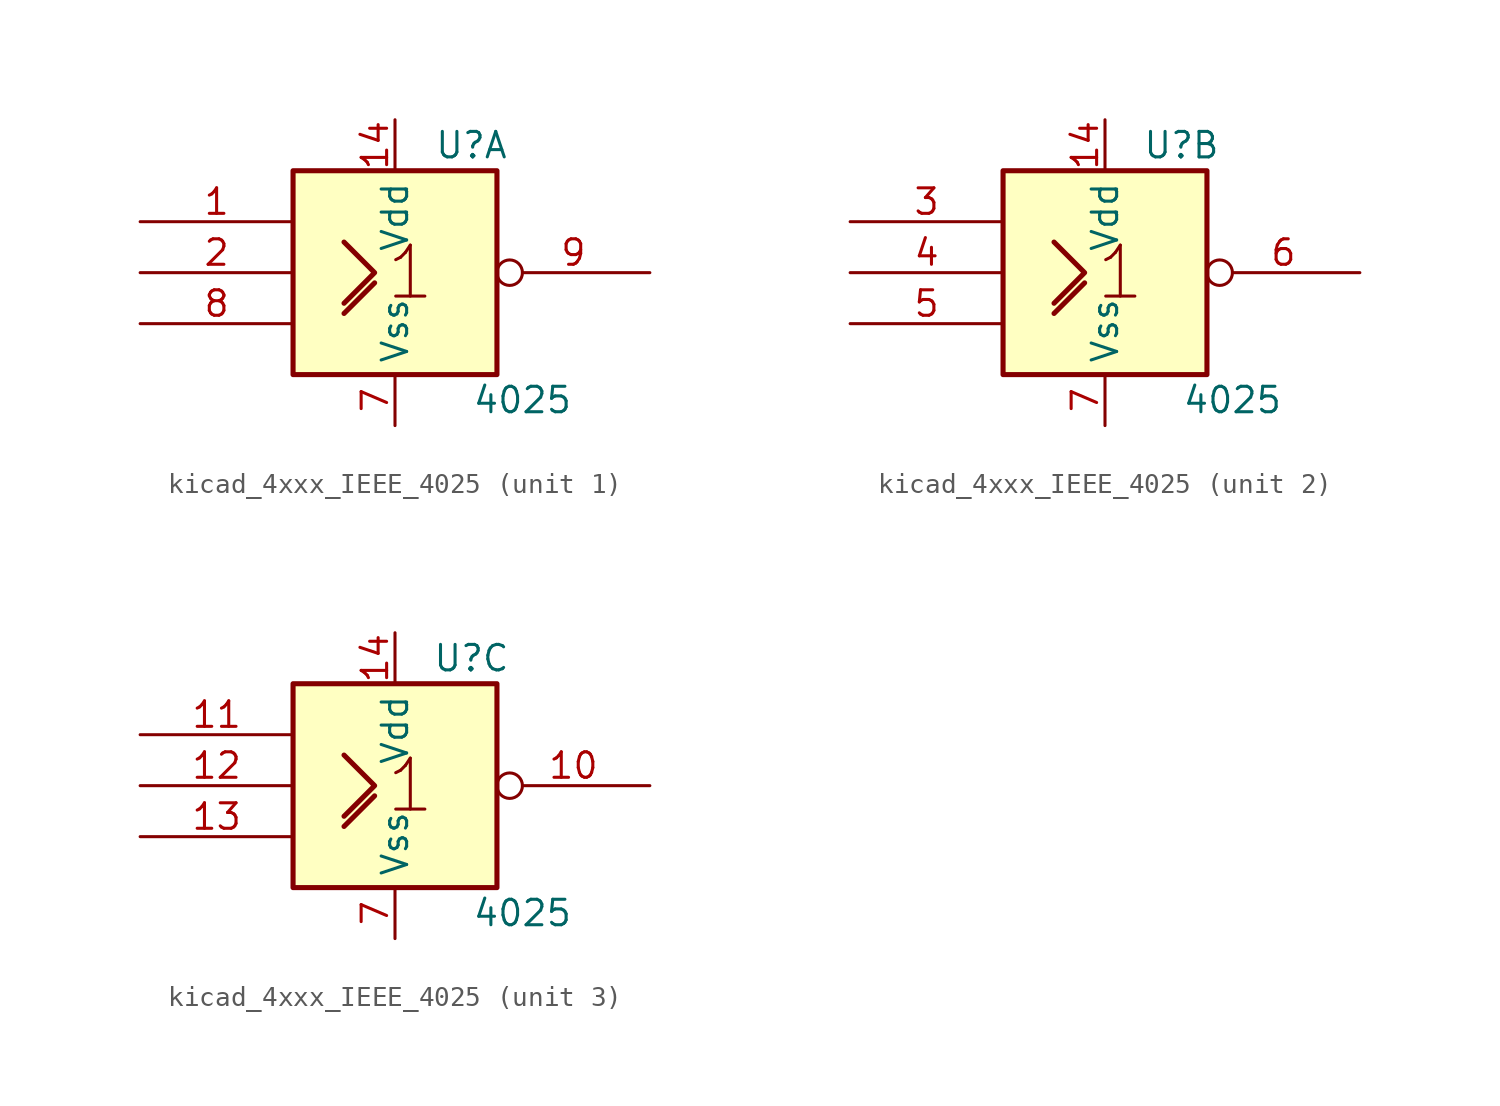
<source format=kicad_sym>
(kicad_symbol_lib
  (version 20220914)
  (generator kicad_symbol_editor)
  (symbol "kicad_4xxx_IEEE_4025"
    (property "Reference" "U"
      (at 3.81 6.35 0)
      (effects (font (size 1.27 1.27))))
    (property "Value" "4025"
      (at 6.35 -6.35 0)
      (effects (font (size 1.27 1.27))))
    (symbol "kicad_4xxx_IEEE_4025_0_0"
      (rectangle (start -5.08 5.08) (end 5.08 -5.08) (stroke (width 0.254) (type default)) (fill (type background)))
      (polyline (pts (xy -2.54 -2.032) (xy -1.016 -0.508) (xy -1.016 -0.508)) (stroke (width 0.254) (type default)) (fill (type background)))
      (polyline (pts (xy -2.54 1.524) (xy -1.016 0) (xy -2.54 -1.524) (xy -2.54 -1.524)) (stroke (width 0.254) (type default)) (fill (type background)))
      (text "1" (at 0.762 0 0) (effects (font (size 2.54 2.54))))
      (pin power_in line (at 0 7.62 270) (length 2.54) (name "Vdd" (effects (font (size 1.27 1.27)))) (number "14" (effects (font (size 1.27 1.27)))))
      (pin power_in line (at 0 -7.62 90) (length 2.54) (name "Vss" (effects (font (size 1.27 1.27)))) (number "7" (effects (font (size 1.27 1.27))))))
    (symbol "kicad_4xxx_IEEE_4025_1_1"
      (pin input line (at -12.7 2.54 0) (length 7.62) (name "~" (effects (font (size 1.27 1.27)))) (number "1" (effects (font (size 1.27 1.27)))))
      (pin input line (at -12.7 0 0) (length 7.62) (name "~" (effects (font (size 1.27 1.27)))) (number "2" (effects (font (size 1.27 1.27)))))
      (pin input line (at -12.7 -2.54 0) (length 7.62) (name "~" (effects (font (size 1.27 1.27)))) (number "8" (effects (font (size 1.27 1.27)))))
      (pin output inverted (at 12.7 0 180) (length 7.62) (name "~" (effects (font (size 1.27 1.27)))) (number "9" (effects (font (size 1.27 1.27))))))
    (symbol "kicad_4xxx_IEEE_4025_2_1"
      (pin input line (at -12.7 2.54 0) (length 7.62) (name "~" (effects (font (size 1.27 1.27)))) (number "3" (effects (font (size 1.27 1.27)))))
      (pin input line (at -12.7 0 0) (length 7.62) (name "~" (effects (font (size 1.27 1.27)))) (number "4" (effects (font (size 1.27 1.27)))))
      (pin input line (at -12.7 -2.54 0) (length 7.62) (name "~" (effects (font (size 1.27 1.27)))) (number "5" (effects (font (size 1.27 1.27)))))
      (pin output inverted (at 12.7 0 180) (length 7.62) (name "~" (effects (font (size 1.27 1.27)))) (number "6" (effects (font (size 1.27 1.27))))))
    (symbol "kicad_4xxx_IEEE_4025_3_1"
      (pin output inverted (at 12.7 0 180) (length 7.62) (name "~" (effects (font (size 1.27 1.27)))) (number "10" (effects (font (size 1.27 1.27)))))
      (pin input line (at -12.7 2.54 0) (length 7.62) (name "~" (effects (font (size 1.27 1.27)))) (number "11" (effects (font (size 1.27 1.27)))))
      (pin input line (at -12.7 0 0) (length 7.62) (name "~" (effects (font (size 1.27 1.27)))) (number "12" (effects (font (size 1.27 1.27)))))
      (pin input line (at -12.7 -2.54 0) (length 7.62) (name "~" (effects (font (size 1.27 1.27)))) (number "13" (effects (font (size 1.27 1.27))))))))
</source>
